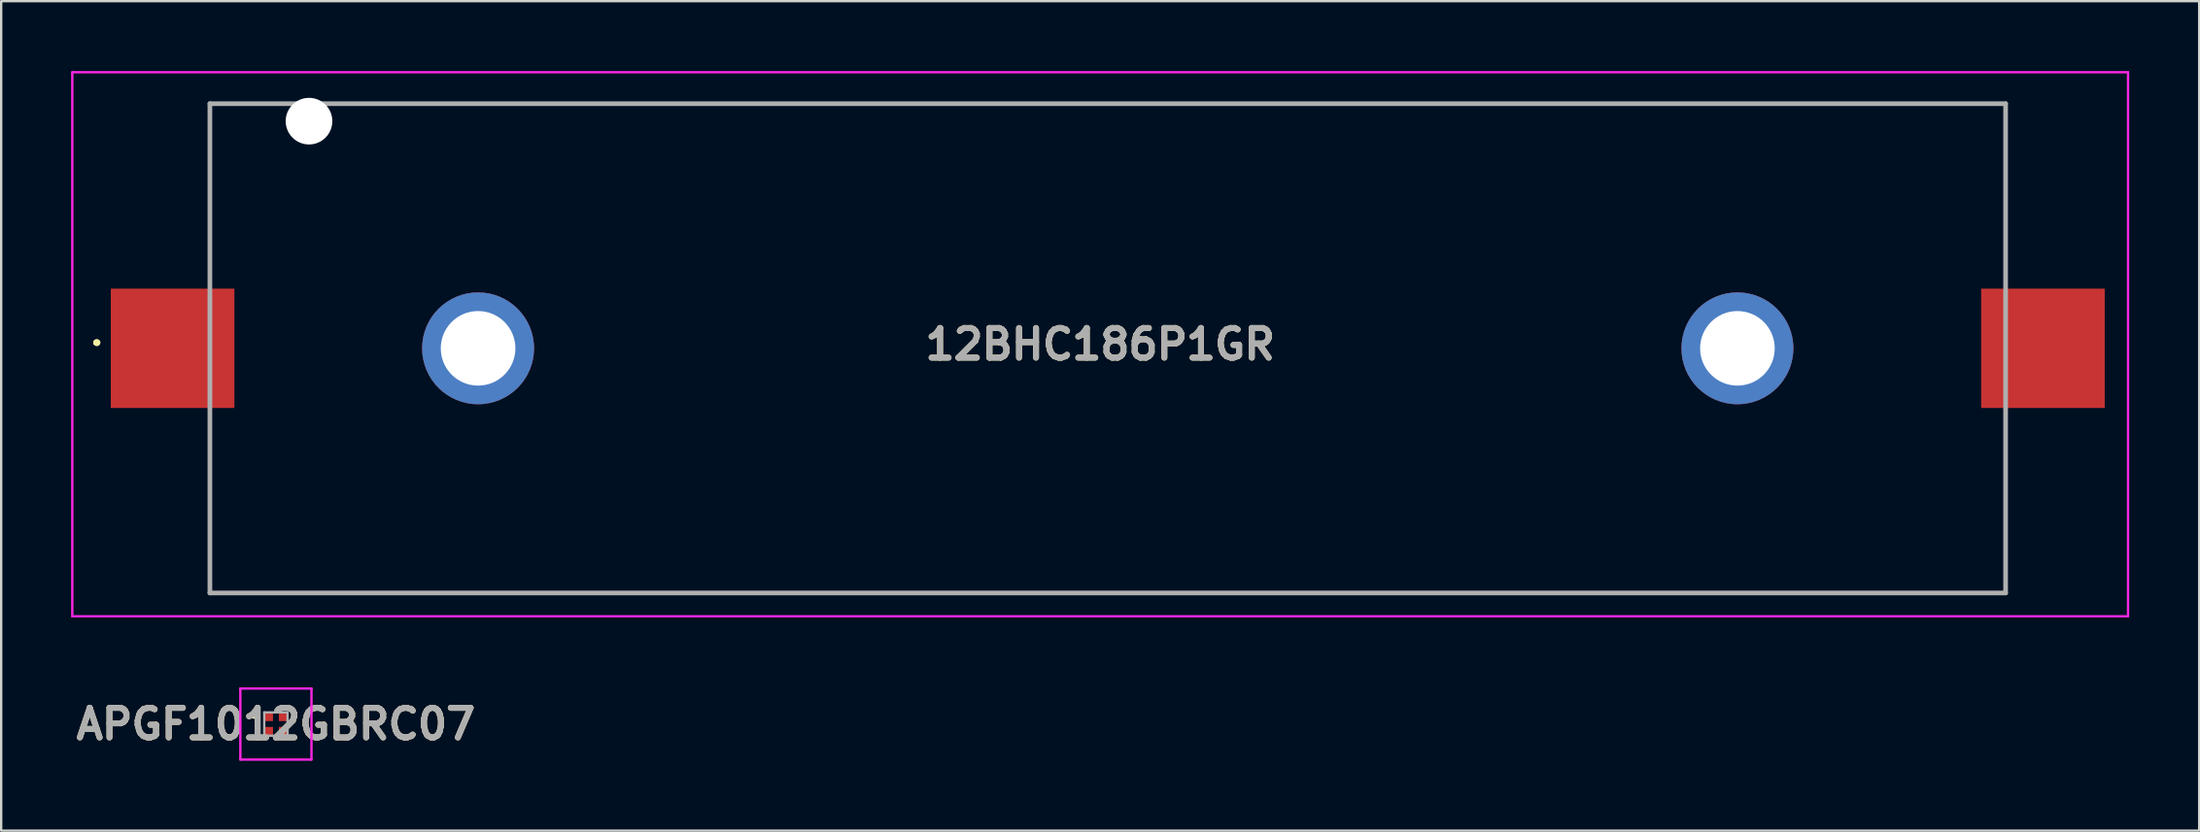
<source format=kicad_pcb>
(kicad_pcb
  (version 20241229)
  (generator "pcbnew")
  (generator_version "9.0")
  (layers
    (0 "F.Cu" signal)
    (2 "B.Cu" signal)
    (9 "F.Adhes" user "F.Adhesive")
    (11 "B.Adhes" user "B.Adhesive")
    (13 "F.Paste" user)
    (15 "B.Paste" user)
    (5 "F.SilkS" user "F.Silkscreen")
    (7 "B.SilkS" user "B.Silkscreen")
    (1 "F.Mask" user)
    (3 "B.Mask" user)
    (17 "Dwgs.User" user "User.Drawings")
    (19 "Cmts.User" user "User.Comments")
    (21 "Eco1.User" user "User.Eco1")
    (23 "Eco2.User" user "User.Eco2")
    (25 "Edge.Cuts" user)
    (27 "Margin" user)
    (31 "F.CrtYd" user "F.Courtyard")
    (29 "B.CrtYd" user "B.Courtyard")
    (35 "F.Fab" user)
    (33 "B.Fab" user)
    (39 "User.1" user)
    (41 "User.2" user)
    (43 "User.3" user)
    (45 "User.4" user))
  (footprint "APGF1012GBRC07"
    (layer "F.Cu")
    (at 8.781 28.025)
    (property "Reference" "APGF1012GBRC07" (at 0 0 0) (layer "F.SilkS") (effects (font (size 1.27 1.27) (thickness 0.254))))
    (attr smd)
    (fp_line (start -1 -0.325) (end -1 -0.325) (stroke (width 0.1) (type solid)) (layer "F.SilkS"))
    (fp_line (start -0.9 -0.325) (end -0.9 -0.325) (stroke (width 0.1) (type solid)) (layer "F.SilkS"))
    (fp_arc (start -1 -0.325) (mid -0.95 -0.375) (end -0.9 -0.325) (stroke (width 0.1) (type solid)) (layer "F.SilkS"))
    (fp_arc (start -0.9 -0.325) (mid -0.95 -0.275) (end -1 -0.325) (stroke (width 0.1) (type solid)) (layer "F.SilkS"))
    (fp_line (start -1.525 -1.525) (end 1.525 -1.525) (stroke (width 0.1) (type solid)) (layer "F.CrtYd"))
    (fp_line (start -1.525 1.525) (end -1.525 -1.525) (stroke (width 0.1) (type solid)) (layer "F.CrtYd"))
    (fp_line (start 1.525 -1.525) (end 1.525 1.525) (stroke (width 0.1) (type solid)) (layer "F.CrtYd"))
    (fp_line (start 1.525 1.525) (end -1.525 1.525) (stroke (width 0.1) (type solid)) (layer "F.CrtYd"))
    (fp_line (start -0.5 -0.5) (end -0.5 0.5) (stroke (width 0.1) (type solid)) (layer "F.Fab"))
    (fp_line (start -0.5 0.5) (end 0.5 0.5) (stroke (width 0.1) (type solid)) (layer "F.Fab"))
    (fp_line (start 0.5 -0.5) (end -0.5 -0.5) (stroke (width 0.1) (type solid)) (layer "F.Fab"))
    (fp_line (start 0.5 0.5) (end 0.5 -0.5) (stroke (width 0.1) (type solid)) (layer "F.Fab"))
    (fp_text user "${REFERENCE}" (at 0 0 0) (layer "F.Fab") (effects (font (size 1.27 1.27) (thickness 0.254))))
    (pad "1" smd rect (at -0.325 -0.325 90) (size 0.4 0.4) (layers "F.Cu" "F.Mask" "F.Paste"))
    (pad "2" smd rect (at -0.325 0.325 90) (size 0.4 0.4) (layers "F.Cu" "F.Mask" "F.Paste"))
    (pad "3" smd rect (at 0.325 0.325 90) (size 0.4 0.4) (layers "F.Cu" "F.Mask" "F.Paste"))
    (pad "4" smd rect (at 0.325 -0.325 90) (size 0.4 0.4) (layers "F.Cu" "F.Mask" "F.Paste")))
  (footprint "12BHC186P1GR"
    (layer "F.Cu")
    (at 44.45 11.9)
    (property "Reference" "12BHC186P1GR" (at -0.325 -0.175 0) (layer "F.SilkS") (effects (font (size 1.27 1.27) (thickness 0.254))))
    (attr through_hole)
    (fp_line (start -43.4 -0.25) (end -43.4 -0.25) (stroke (width 0.2) (type solid)) (layer "F.SilkS"))
    (fp_line (start -43.4 -0.25) (end -43.4 -0.25) (stroke (width 0.2) (type solid)) (layer "F.SilkS"))
    (fp_line (start -43.3 -0.25) (end -43.3 -0.25) (stroke (width 0.2) (type solid)) (layer "F.SilkS"))
    (fp_line (start -38.5 -10.5) (end -38.5 -10.5) (stroke (width 0.1) (type solid)) (layer "F.SilkS"))
    (fp_line (start -38.5 -10.5) (end -38.5 -10.5) (stroke (width 0.1) (type solid)) (layer "F.SilkS"))
    (fp_line (start -38.5 -10.5) (end -38.5 -3.25) (stroke (width 0.1) (type solid)) (layer "F.SilkS"))
    (fp_line (start -38.5 -10.5) (end -35.75 -10.5) (stroke (width 0.1) (type solid)) (layer "F.SilkS"))
    (fp_line (start -38.5 -3.25) (end -38.5 -10.5) (stroke (width 0.1) (type solid)) (layer "F.SilkS"))
    (fp_line (start -38.5 -3.25) (end -38.5 -3.25) (stroke (width 0.1) (type solid)) (layer "F.SilkS"))
    (fp_line (start -38.5 3.25) (end -38.5 3.25) (stroke (width 0.1) (type solid)) (layer "F.SilkS"))
    (fp_line (start -38.5 3.25) (end -38.5 10.5) (stroke (width 0.1) (type solid)) (layer "F.SilkS"))
    (fp_line (start -38.5 10.5) (end -38.5 3.25) (stroke (width 0.1) (type solid)) (layer "F.SilkS"))
    (fp_line (start -38.5 10.5) (end -38.5 10.5) (stroke (width 0.1) (type solid)) (layer "F.SilkS"))
    (fp_line (start -38.5 10.5) (end -38.5 10.5) (stroke (width 0.1) (type solid)) (layer "F.SilkS"))
    (fp_line (start -38.5 10.5) (end 38.5 10.5) (stroke (width 0.1) (type solid)) (layer "F.SilkS"))
    (fp_line (start -35.75 -10.5) (end -38.5 -10.5) (stroke (width 0.1) (type solid)) (layer "F.SilkS"))
    (fp_line (start -35.75 -10.5) (end -35.75 -10.5) (stroke (width 0.1) (type solid)) (layer "F.SilkS"))
    (fp_line (start -32.75 -10.5) (end -32.75 -10.5) (stroke (width 0.1) (type solid)) (layer "F.SilkS"))
    (fp_line (start -32.75 -10.5) (end 38.5 -10.5) (stroke (width 0.1) (type solid)) (layer "F.SilkS"))
    (fp_line (start 38.5 -10.5) (end -32.75 -10.5) (stroke (width 0.1) (type solid)) (layer "F.SilkS"))
    (fp_line (start 38.5 -10.5) (end 38.5 -10.5) (stroke (width 0.1) (type solid)) (layer "F.SilkS"))
    (fp_line (start 38.5 -10.5) (end 38.5 -10.5) (stroke (width 0.1) (type solid)) (layer "F.SilkS"))
    (fp_line (start 38.5 -10.5) (end 38.5 -3.25) (stroke (width 0.1) (type solid)) (layer "F.SilkS"))
    (fp_line (start 38.5 -3.25) (end 38.5 -10.5) (stroke (width 0.1) (type solid)) (layer "F.SilkS"))
    (fp_line (start 38.5 -3.25) (end 38.5 -3.25) (stroke (width 0.1) (type solid)) (layer "F.SilkS"))
    (fp_line (start 38.5 3.25) (end 38.5 3.25) (stroke (width 0.1) (type solid)) (layer "F.SilkS"))
    (fp_line (start 38.5 3.25) (end 38.5 10.5) (stroke (width 0.1) (type solid)) (layer "F.SilkS"))
    (fp_line (start 38.5 10.5) (end -38.5 10.5) (stroke (width 0.1) (type solid)) (layer "F.SilkS"))
    (fp_line (start 38.5 10.5) (end 38.5 3.25) (stroke (width 0.1) (type solid)) (layer "F.SilkS"))
    (fp_line (start 38.5 10.5) (end 38.5 10.5) (stroke (width 0.1) (type solid)) (layer "F.SilkS"))
    (fp_line (start 38.5 10.5) (end 38.5 10.5) (stroke (width 0.1) (type solid)) (layer "F.SilkS"))
    (fp_arc (start -43.4 -0.25) (mid -43.35 -0.3) (end -43.3 -0.25) (stroke (width 0.2) (type solid)) (layer "F.SilkS"))
    (fp_arc (start -43.3 -0.25) (mid -43.35 -0.2) (end -43.4 -0.25) (stroke (width 0.2) (type solid)) (layer "F.SilkS"))
    (fp_arc (start -43.3 -0.25) (mid -43.35 -0.2) (end -43.4 -0.25) (stroke (width 0.2) (type solid)) (layer "F.SilkS"))
    (fp_line (start -44.4 -11.85) (end 43.75 -11.85) (stroke (width 0.1) (type solid)) (layer "F.CrtYd"))
    (fp_line (start -44.4 11.5) (end -44.4 -11.85) (stroke (width 0.1) (type solid)) (layer "F.CrtYd"))
    (fp_line (start 43.75 -11.85) (end 43.75 11.5) (stroke (width 0.1) (type solid)) (layer "F.CrtYd"))
    (fp_line (start 43.75 11.5) (end -44.4 11.5) (stroke (width 0.1) (type solid)) (layer "F.CrtYd"))
    (fp_line (start -38.5 -10.5) (end -38.5 10.5) (stroke (width 0.2) (type solid)) (layer "F.Fab"))
    (fp_line (start -38.5 10.5) (end 38.5 10.5) (stroke (width 0.2) (type solid)) (layer "F.Fab"))
    (fp_line (start 38.5 -10.5) (end -38.5 -10.5) (stroke (width 0.2) (type solid)) (layer "F.Fab"))
    (fp_line (start 38.5 10.5) (end 38.5 -10.5) (stroke (width 0.2) (type solid)) (layer "F.Fab"))
    (fp_text user "${REFERENCE}" (at -0.325 -0.175 0) (layer "F.Fab") (effects (font (size 1.27 1.27) (thickness 0.254))))
    (pad "" np_thru_hole circle (at -34.25 -9.75) (size 2 2) (drill 2) (layers "*.Cu" "*.Mask"))
    (pad "1" smd rect (at -40.1 0 90) (size 5.12 5.3) (layers "F.Cu" "F.Mask" "F.Paste"))
    (pad "2" smd rect (at 40.1 0 90) (size 5.12 5.3) (layers "F.Cu" "F.Mask" "F.Paste"))
    (pad "MH1" thru_hole circle (at -27 0) (size 4.8 4.8) (drill 3.2) (layers "*.Cu" "*.Mask"))
    (pad "MH2" thru_hole circle (at 27 0) (size 4.8 4.8) (drill 3.2) (layers "*.Cu" "*.Mask")))
  (gr_rect
    (start -3 -3)
    (end 91.25 32.6)
    (stroke (width 0.1) (type default))
    (fill no)
    (layer "Edge.Cuts")))
</source>
